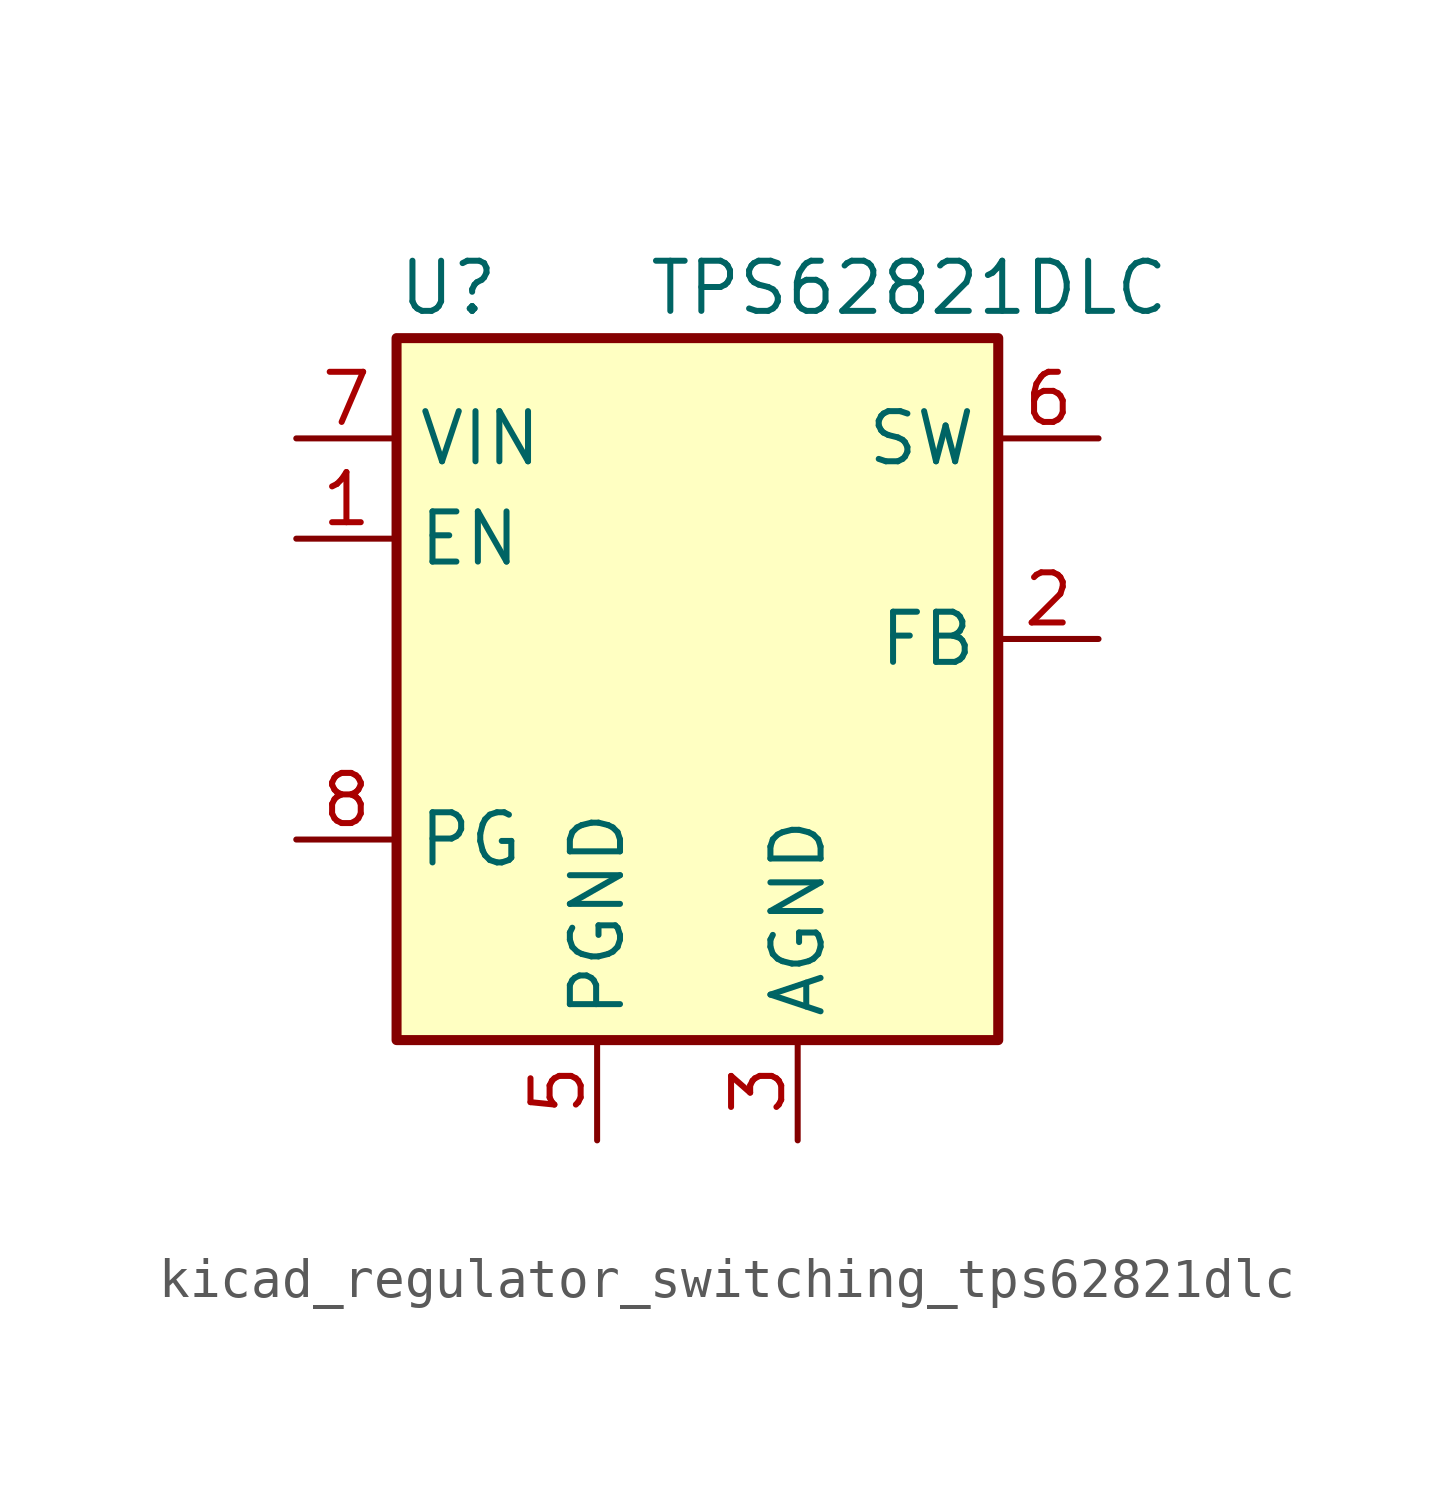
<source format=kicad_sym>
(kicad_symbol_lib
  (version 20220914)
  (generator kicad_symbol_editor)
  (symbol "kicad_regulator_switching_tps62821dlc"
    (property "Reference" "U"
      (at -7.62 11.43 0)
      (effects (font (size 1.27 1.27)) (justify left)))
    (property "Value" "TPS62821DLC"
      (at -1.27 11.43 0)
      (effects (font (size 1.27 1.27)) (justify left)))
    (symbol "kicad_regulator_switching_tps62821dlc_0_1"
      (rectangle (start -7.62 10.16) (end 7.62 -7.62) (stroke (width 0.254) (type default)) (fill (type background))))
    (symbol "kicad_regulator_switching_tps62821dlc_1_1"
      (pin input line (at -10.16 5.08 0) (length 2.54) (name "EN" (effects (font (size 1.27 1.27)))) (number "1" (effects (font (size 1.27 1.27)))))
      (pin input line (at 10.16 2.54 180) (length 2.54) (name "FB" (effects (font (size 1.27 1.27)))) (number "2" (effects (font (size 1.27 1.27)))))
      (pin power_in line (at 2.54 -10.16 90) (length 2.54) (name "AGND" (effects (font (size 1.27 1.27)))) (number "3" (effects (font (size 1.27 1.27)))))
      (pin no_connect line (at 7.62 5.08 180) (length 2.54) hide (name "NC" (effects (font (size 1.27 1.27)))) (number "4" (effects (font (size 1.27 1.27)))))
      (pin power_in line (at -2.54 -10.16 90) (length 2.54) (name "PGND" (effects (font (size 1.27 1.27)))) (number "5" (effects (font (size 1.27 1.27)))))
      (pin power_out line (at 10.16 7.62 180) (length 2.54) (name "SW" (effects (font (size 1.27 1.27)))) (number "6" (effects (font (size 1.27 1.27)))))
      (pin power_in line (at -10.16 7.62 0) (length 2.54) (name "VIN" (effects (font (size 1.27 1.27)))) (number "7" (effects (font (size 1.27 1.27)))))
      (pin open_collector line (at -10.16 -2.54 0) (length 2.54) (name "PG" (effects (font (size 1.27 1.27)))) (number "8" (effects (font (size 1.27 1.27))))))))
</source>
